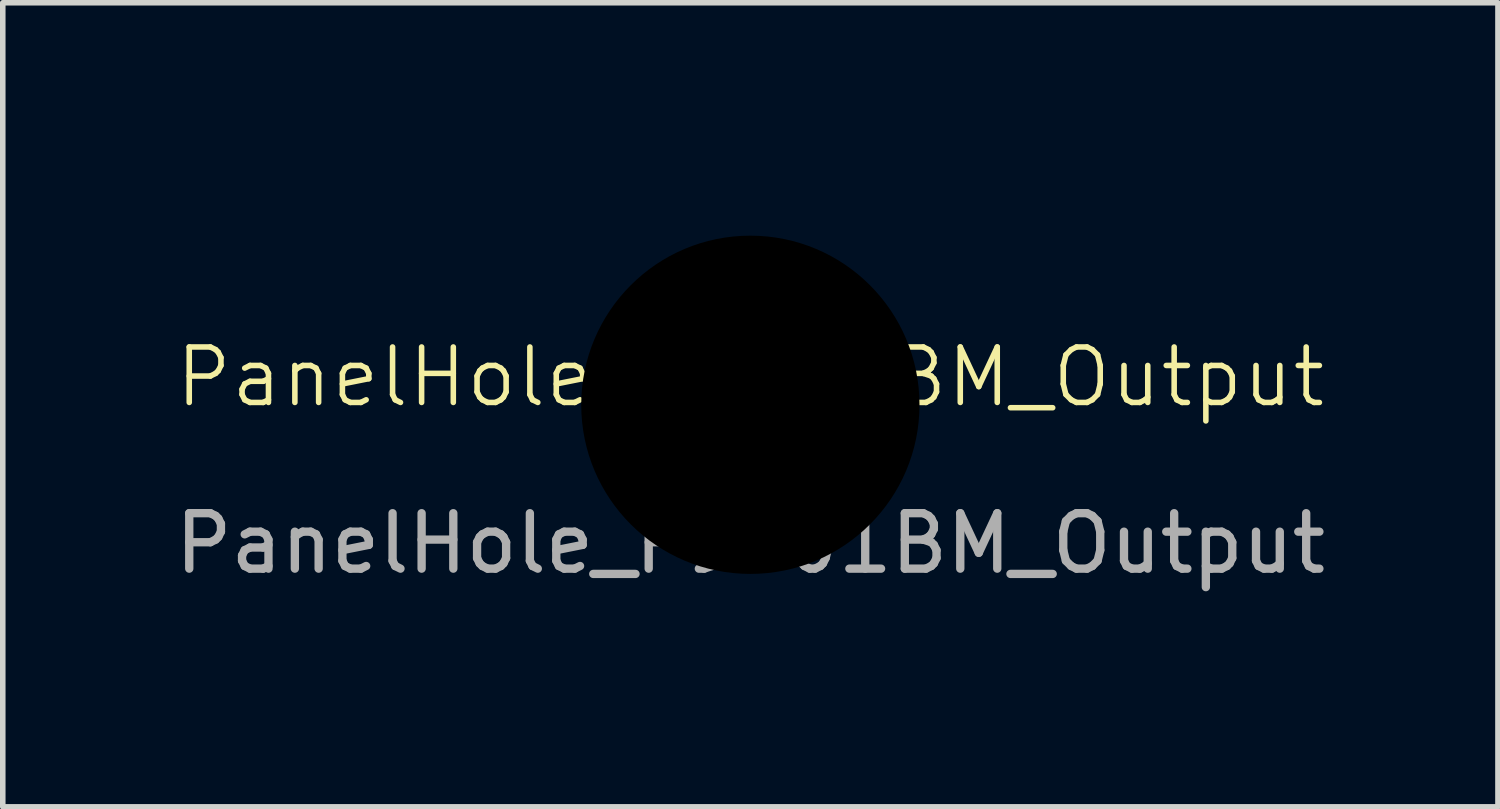
<source format=kicad_pcb>
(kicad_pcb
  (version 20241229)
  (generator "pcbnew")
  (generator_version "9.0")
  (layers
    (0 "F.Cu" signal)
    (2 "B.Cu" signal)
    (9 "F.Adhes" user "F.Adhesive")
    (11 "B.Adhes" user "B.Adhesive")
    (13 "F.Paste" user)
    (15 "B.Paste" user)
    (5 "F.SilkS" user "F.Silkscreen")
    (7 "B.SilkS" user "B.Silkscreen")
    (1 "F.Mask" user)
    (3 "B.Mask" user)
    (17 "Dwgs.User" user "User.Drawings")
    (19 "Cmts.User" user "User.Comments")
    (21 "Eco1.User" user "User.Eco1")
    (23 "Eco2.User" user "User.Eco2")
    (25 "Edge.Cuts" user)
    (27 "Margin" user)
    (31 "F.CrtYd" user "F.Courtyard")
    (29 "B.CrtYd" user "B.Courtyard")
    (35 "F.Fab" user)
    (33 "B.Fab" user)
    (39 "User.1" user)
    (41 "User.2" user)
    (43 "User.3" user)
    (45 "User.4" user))
  (footprint "PanelHole_PJ301BM_Output"
    (layer "F.Cu")
    (at 10.482 4.25)
    (property "Reference" "PanelHole_PJ301BM_Output" (at 0 -0.5 0) (unlocked yes) (layer "F.SilkS") (effects (font (size 1 1) (thickness 0.1))))
    (attr board_only exclude_from_pos_files exclude_from_bom allow_missing_courtyard)
    (fp_rect (start -3.75 -3.75) (end 3.75 3.75) (stroke (width 1) (type solid)) (fill yes) (layer "F.Mask"))
    (fp_text user "${REFERENCE}" (at 0 2.5 0) (unlocked yes) (layer "F.Fab") (effects (font (size 1 1) (thickness 0.15))))
    (pad "" np_thru_hole circle (at 0 0) (size 6.1 6.1) (drill 6.1) (layers "*.Mask")))
  (gr_rect
    (start -3 -3)
    (end 23.964 11.5)
    (stroke (width 0.1) (type default))
    (fill no)
    (layer "Edge.Cuts")))
</source>
